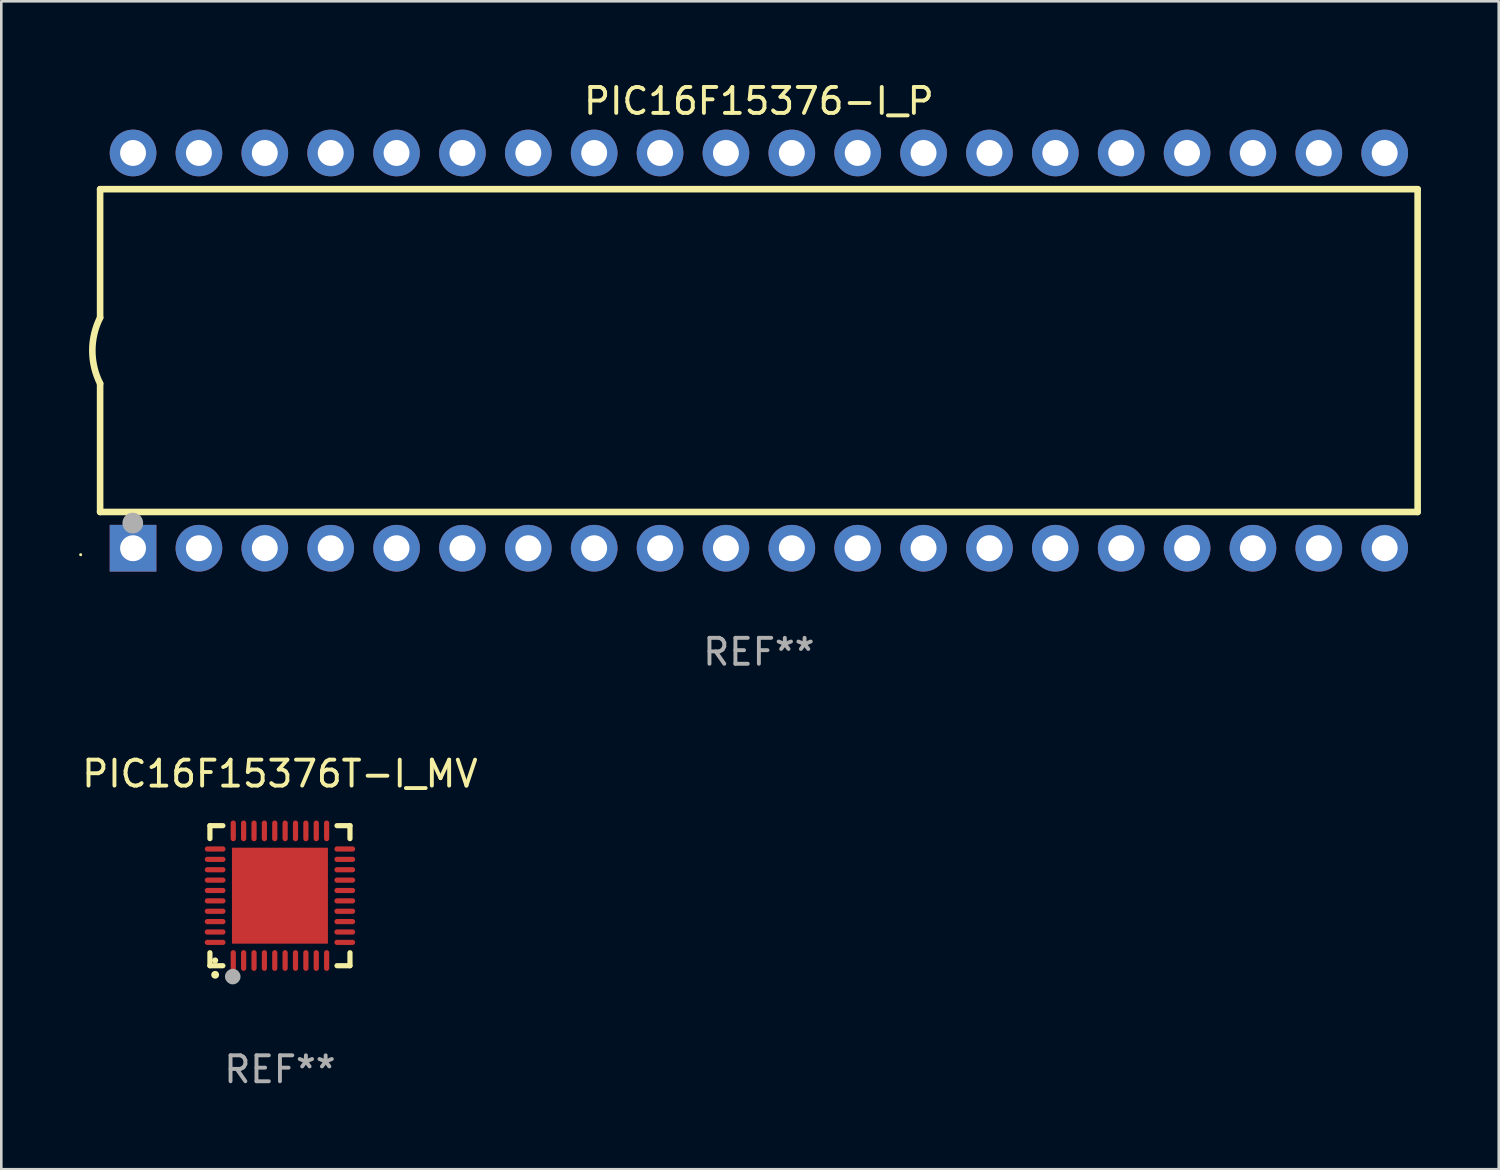
<source format=kicad_pcb>
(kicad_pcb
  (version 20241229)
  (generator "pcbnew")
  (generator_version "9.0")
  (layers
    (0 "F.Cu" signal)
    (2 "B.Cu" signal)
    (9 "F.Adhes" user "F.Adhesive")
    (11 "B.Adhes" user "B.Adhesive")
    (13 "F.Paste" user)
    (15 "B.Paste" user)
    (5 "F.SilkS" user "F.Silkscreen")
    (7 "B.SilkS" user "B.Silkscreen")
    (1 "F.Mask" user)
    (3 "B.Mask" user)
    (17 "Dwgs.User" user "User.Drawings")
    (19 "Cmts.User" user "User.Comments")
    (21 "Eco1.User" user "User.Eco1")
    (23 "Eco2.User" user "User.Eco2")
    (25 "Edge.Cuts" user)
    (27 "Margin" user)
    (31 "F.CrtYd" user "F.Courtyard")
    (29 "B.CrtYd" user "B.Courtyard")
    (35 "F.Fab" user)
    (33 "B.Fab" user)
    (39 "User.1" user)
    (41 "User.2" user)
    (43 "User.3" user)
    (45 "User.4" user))
  (footprint "PIC16F15376T-I_MV"
    (layer "F.Cu")
    (at 7.744 31.485)
    (property "Reference" "PIC16F15376T-I_MV" (at 0 -4.7 0) (layer "F.SilkS") (effects (font (size 1 1) (thickness 0.15))))
    (attr through_hole)
    (fp_line (start -2.7 -2.7) (end -2.7 -2.2) (stroke (width 0.2) (type solid)) (layer "F.SilkS"))
    (fp_line (start -2.7 2.7) (end -2.7 2.2) (stroke (width 0.2) (type solid)) (layer "F.SilkS"))
    (fp_line (start -2.2 -2.7) (end -2.7 -2.7) (stroke (width 0.2) (type solid)) (layer "F.SilkS"))
    (fp_line (start -2.2 2.7) (end -2.7 2.7) (stroke (width 0.2) (type solid)) (layer "F.SilkS"))
    (fp_line (start 2.7 -2.7) (end 2.2 -2.7) (stroke (width 0.2) (type solid)) (layer "F.SilkS"))
    (fp_line (start 2.7 -2.2) (end 2.7 -2.7) (stroke (width 0.2) (type solid)) (layer "F.SilkS"))
    (fp_line (start 2.7 2.2) (end 2.7 2.7) (stroke (width 0.2) (type solid)) (layer "F.SilkS"))
    (fp_line (start 2.7 2.7) (end 2.2 2.7) (stroke (width 0.2) (type solid)) (layer "F.SilkS"))
    (fp_arc (start -2.499365 3.050546) (mid -2.498095 3.050541) (end -2.496825 3.050546) (stroke (width 0.3) (type solid)) (layer "F.SilkS"))
    (fp_circle (center -2.5 2.5) (end -2.44 2.5) (stroke (width 0.12) (type solid)) (fill no) (layer "F.SilkS"))
    (fp_circle (center -1.82 3.12) (end -1.67 3.12) (stroke (width 0.3) (type solid)) (fill no) (layer "F.Fab"))
    (fp_text user "REF**" (at 0 6.7 0) (layer "F.Fab") (effects (font (size 1 1) (thickness 0.15))))
    (pad "1" smd oval (at -1.8 2.499) (size 0.2 0.8) (layers "F.Cu" "F.Mask" "F.Paste"))
    (pad "2" smd oval (at -1.4 2.499) (size 0.2 0.8) (layers "F.Cu" "F.Mask" "F.Paste"))
    (pad "3" smd oval (at -1 2.499) (size 0.2 0.8) (layers "F.Cu" "F.Mask" "F.Paste"))
    (pad "4" smd oval (at -0.6 2.499) (size 0.2 0.8) (layers "F.Cu" "F.Mask" "F.Paste"))
    (pad "5" smd oval (at -0.2 2.499) (size 0.2 0.8) (layers "F.Cu" "F.Mask" "F.Paste"))
    (pad "6" smd oval (at 0.2 2.499) (size 0.2 0.8) (layers "F.Cu" "F.Mask" "F.Paste"))
    (pad "7" smd oval (at 0.6 2.499) (size 0.2 0.8) (layers "F.Cu" "F.Mask" "F.Paste"))
    (pad "8" smd oval (at 1 2.499) (size 0.2 0.8) (layers "F.Cu" "F.Mask" "F.Paste"))
    (pad "9" smd oval (at 1.4 2.499) (size 0.2 0.8) (layers "F.Cu" "F.Mask" "F.Paste"))
    (pad "10" smd oval (at 1.8 2.499) (size 0.2 0.8) (layers "F.Cu" "F.Mask" "F.Paste"))
    (pad "11" smd oval (at 2.499 1.8) (size 0.8 0.2) (layers "F.Cu" "F.Mask" "F.Paste"))
    (pad "12" smd oval (at 2.499 1.4) (size 0.8 0.2) (layers "F.Cu" "F.Mask" "F.Paste"))
    (pad "13" smd oval (at 2.499 1) (size 0.8 0.2) (layers "F.Cu" "F.Mask" "F.Paste"))
    (pad "14" smd oval (at 2.499 0.6) (size 0.8 0.2) (layers "F.Cu" "F.Mask" "F.Paste"))
    (pad "15" smd oval (at 2.499 0.2) (size 0.8 0.2) (layers "F.Cu" "F.Mask" "F.Paste"))
    (pad "16" smd oval (at 2.499 -0.2) (size 0.8 0.2) (layers "F.Cu" "F.Mask" "F.Paste"))
    (pad "17" smd oval (at 2.499 -0.6) (size 0.8 0.2) (layers "F.Cu" "F.Mask" "F.Paste"))
    (pad "18" smd oval (at 2.499 -1) (size 0.8 0.2) (layers "F.Cu" "F.Mask" "F.Paste"))
    (pad "19" smd oval (at 2.499 -1.4) (size 0.8 0.2) (layers "F.Cu" "F.Mask" "F.Paste"))
    (pad "20" smd oval (at 2.499 -1.8) (size 0.8 0.2) (layers "F.Cu" "F.Mask" "F.Paste"))
    (pad "21" smd oval (at 1.8 -2.499) (size 0.2 0.8) (layers "F.Cu" "F.Mask" "F.Paste"))
    (pad "22" smd oval (at 1.4 -2.499) (size 0.2 0.8) (layers "F.Cu" "F.Mask" "F.Paste"))
    (pad "23" smd oval (at 1 -2.499) (size 0.2 0.8) (layers "F.Cu" "F.Mask" "F.Paste"))
    (pad "24" smd oval (at 0.6 -2.499) (size 0.2 0.8) (layers "F.Cu" "F.Mask" "F.Paste"))
    (pad "25" smd oval (at 0.2 -2.499) (size 0.2 0.8) (layers "F.Cu" "F.Mask" "F.Paste"))
    (pad "26" smd oval (at -0.2 -2.499) (size 0.2 0.8) (layers "F.Cu" "F.Mask" "F.Paste"))
    (pad "27" smd oval (at -0.6 -2.499) (size 0.2 0.8) (layers "F.Cu" "F.Mask" "F.Paste"))
    (pad "28" smd oval (at -1 -2.499) (size 0.2 0.8) (layers "F.Cu" "F.Mask" "F.Paste"))
    (pad "29" smd oval (at -1.4 -2.499) (size 0.2 0.8) (layers "F.Cu" "F.Mask" "F.Paste"))
    (pad "30" smd oval (at -1.8 -2.499) (size 0.2 0.8) (layers "F.Cu" "F.Mask" "F.Paste"))
    (pad "31" smd oval (at -2.499 -1.8) (size 0.8 0.2) (layers "F.Cu" "F.Mask" "F.Paste"))
    (pad "32" smd oval (at -2.499 -1.4) (size 0.8 0.2) (layers "F.Cu" "F.Mask" "F.Paste"))
    (pad "33" smd oval (at -2.499 -1) (size 0.8 0.2) (layers "F.Cu" "F.Mask" "F.Paste"))
    (pad "34" smd oval (at -2.499 -0.6) (size 0.8 0.2) (layers "F.Cu" "F.Mask" "F.Paste"))
    (pad "35" smd oval (at -2.499 -0.2) (size 0.8 0.2) (layers "F.Cu" "F.Mask" "F.Paste"))
    (pad "36" smd oval (at -2.499 0.2) (size 0.8 0.2) (layers "F.Cu" "F.Mask" "F.Paste"))
    (pad "37" smd oval (at -2.499 0.6) (size 0.8 0.2) (layers "F.Cu" "F.Mask" "F.Paste"))
    (pad "38" smd oval (at -2.499 1) (size 0.8 0.2) (layers "F.Cu" "F.Mask" "F.Paste"))
    (pad "39" smd oval (at -2.499 1.4) (size 0.8 0.2) (layers "F.Cu" "F.Mask" "F.Paste"))
    (pad "40" smd oval (at -2.499 1.8) (size 0.8 0.2) (layers "F.Cu" "F.Mask" "F.Paste"))
    (pad "41" smd rect (at 0 0) (size 3.7 3.7) (layers "F.Cu" "F.Mask" "F.Paste")))
  (footprint "PIC16F15376-I_P"
    (layer "F.Cu")
    (at 26.21 10.468)
    (property "Reference" "PIC16F15376-I_P" (at 0 -9.62 0) (layer "F.SilkS") (effects (font (size 1 1) (thickness 0.15))))
    (attr through_hole)
    (fp_line (start -25.4 -6.224) (end -25.4 -1.271) (stroke (width 0.254) (type solid)) (layer "F.SilkS"))
    (fp_line (start -25.4 -6.224) (end 25.4 -6.224) (stroke (width 0.254) (type solid)) (layer "F.SilkS"))
    (fp_line (start -25.4 1.269) (end -25.4 6.222) (stroke (width 0.254) (type solid)) (layer "F.SilkS"))
    (fp_line (start -25.4 6.222) (end 25.4 6.222) (stroke (width 0.254) (type solid)) (layer "F.SilkS"))
    (fp_line (start 25.4 6.222) (end 25.4 -6.224) (stroke (width 0.254) (type solid)) (layer "F.SilkS"))
    (fp_arc (start -25.4 1.269241) (mid -25.699807 -0.000762) (end -25.4 -1.270765) (stroke (width 0.254001) (type solid)) (layer "F.SilkS"))
    (fp_circle (center -26.15 7.87) (end -26.12 7.87) (stroke (width 0.06) (type solid)) (fill no) (layer "F.SilkS"))
    (fp_circle (center -24.14 6.65) (end -23.94 6.65) (stroke (width 0.4) (type solid)) (fill no) (layer "F.Fab"))
    (fp_text user "REF**" (at 0 11.62 0) (layer "F.Fab") (effects (font (size 1 1) (thickness 0.15))))
    (pad "1" thru_hole rect (at -24.13 7.62 90) (size 1.8 1.8) (drill 1) (layers "*.Cu" "*.Mask"))
    (pad "2" thru_hole circle (at -21.59 7.62) (size 1.8 1.8) (drill 1) (layers "*.Cu" "*.Mask"))
    (pad "3" thru_hole circle (at -19.05 7.62) (size 1.8 1.8) (drill 1) (layers "*.Cu" "*.Mask"))
    (pad "4" thru_hole circle (at -16.51 7.62) (size 1.8 1.8) (drill 1) (layers "*.Cu" "*.Mask"))
    (pad "5" thru_hole circle (at -13.97 7.62) (size 1.8 1.8) (drill 1) (layers "*.Cu" "*.Mask"))
    (pad "6" thru_hole circle (at -11.43 7.62) (size 1.8 1.8) (drill 1) (layers "*.Cu" "*.Mask"))
    (pad "7" thru_hole circle (at -8.89 7.62) (size 1.8 1.8) (drill 1) (layers "*.Cu" "*.Mask"))
    (pad "8" thru_hole circle (at -6.35 7.62) (size 1.8 1.8) (drill 1) (layers "*.Cu" "*.Mask"))
    (pad "9" thru_hole circle (at -3.81 7.62) (size 1.8 1.8) (drill 1) (layers "*.Cu" "*.Mask"))
    (pad "10" thru_hole circle (at -1.27 7.62) (size 1.8 1.8) (drill 1) (layers "*.Cu" "*.Mask"))
    (pad "11" thru_hole circle (at 1.27 7.62) (size 1.8 1.8) (drill 1) (layers "*.Cu" "*.Mask"))
    (pad "12" thru_hole circle (at 3.81 7.62) (size 1.8 1.8) (drill 1) (layers "*.Cu" "*.Mask"))
    (pad "13" thru_hole circle (at 6.35 7.62) (size 1.8 1.8) (drill 1) (layers "*.Cu" "*.Mask"))
    (pad "14" thru_hole circle (at 8.89 7.62) (size 1.8 1.8) (drill 1) (layers "*.Cu" "*.Mask"))
    (pad "15" thru_hole circle (at 11.43 7.62) (size 1.8 1.8) (drill 1) (layers "*.Cu" "*.Mask"))
    (pad "16" thru_hole circle (at 13.97 7.62) (size 1.8 1.8) (drill 1) (layers "*.Cu" "*.Mask"))
    (pad "17" thru_hole circle (at 16.51 7.62) (size 1.8 1.8) (drill 1) (layers "*.Cu" "*.Mask"))
    (pad "18" thru_hole circle (at 19.05 7.62) (size 1.8 1.8) (drill 1) (layers "*.Cu" "*.Mask"))
    (pad "19" thru_hole circle (at 21.59 7.62) (size 1.8 1.8) (drill 1) (layers "*.Cu" "*.Mask"))
    (pad "20" thru_hole circle (at 24.13 7.62) (size 1.8 1.8) (drill 1) (layers "*.Cu" "*.Mask"))
    (pad "21" thru_hole circle (at 24.13 -7.62) (size 1.8 1.8) (drill 1) (layers "*.Cu" "*.Mask"))
    (pad "22" thru_hole circle (at 21.59 -7.62) (size 1.8 1.8) (drill 1) (layers "*.Cu" "*.Mask"))
    (pad "23" thru_hole circle (at 19.05 -7.62) (size 1.8 1.8) (drill 1) (layers "*.Cu" "*.Mask"))
    (pad "24" thru_hole circle (at 16.51 -7.62) (size 1.8 1.8) (drill 1) (layers "*.Cu" "*.Mask"))
    (pad "25" thru_hole circle (at 13.97 -7.62) (size 1.8 1.8) (drill 1) (layers "*.Cu" "*.Mask"))
    (pad "26" thru_hole circle (at 11.43 -7.62) (size 1.8 1.8) (drill 1) (layers "*.Cu" "*.Mask"))
    (pad "27" thru_hole circle (at 8.89 -7.62) (size 1.8 1.8) (drill 1) (layers "*.Cu" "*.Mask"))
    (pad "28" thru_hole circle (at 6.35 -7.62) (size 1.8 1.8) (drill 1) (layers "*.Cu" "*.Mask"))
    (pad "29" thru_hole circle (at 3.81 -7.62) (size 1.8 1.8) (drill 1) (layers "*.Cu" "*.Mask"))
    (pad "30" thru_hole circle (at 1.27 -7.62) (size 1.8 1.8) (drill 1) (layers "*.Cu" "*.Mask"))
    (pad "31" thru_hole circle (at -1.27 -7.62) (size 1.8 1.8) (drill 1) (layers "*.Cu" "*.Mask"))
    (pad "32" thru_hole circle (at -3.81 -7.62) (size 1.8 1.8) (drill 1) (layers "*.Cu" "*.Mask"))
    (pad "33" thru_hole circle (at -6.35 -7.62) (size 1.8 1.8) (drill 1) (layers "*.Cu" "*.Mask"))
    (pad "34" thru_hole circle (at -8.89 -7.62) (size 1.8 1.8) (drill 1) (layers "*.Cu" "*.Mask"))
    (pad "35" thru_hole circle (at -11.43 -7.62) (size 1.8 1.8) (drill 1) (layers "*.Cu" "*.Mask"))
    (pad "36" thru_hole circle (at -13.97 -7.62) (size 1.8 1.8) (drill 1) (layers "*.Cu" "*.Mask"))
    (pad "37" thru_hole circle (at -16.51 -7.62) (size 1.8 1.8) (drill 1) (layers "*.Cu" "*.Mask"))
    (pad "38" thru_hole circle (at -19.05 -7.62) (size 1.8 1.8) (drill 1) (layers "*.Cu" "*.Mask"))
    (pad "39" thru_hole circle (at -21.59 -7.62) (size 1.8 1.8) (drill 1) (layers "*.Cu" "*.Mask"))
    (pad "40" thru_hole circle (at -24.13 -7.62) (size 1.8 1.8) (drill 1) (layers "*.Cu" "*.Mask")))
  (gr_rect
    (start -3 -3)
    (end 54.737 42.033)
    (stroke (width 0.1) (type default))
    (fill no)
    (layer "Edge.Cuts")))
</source>
